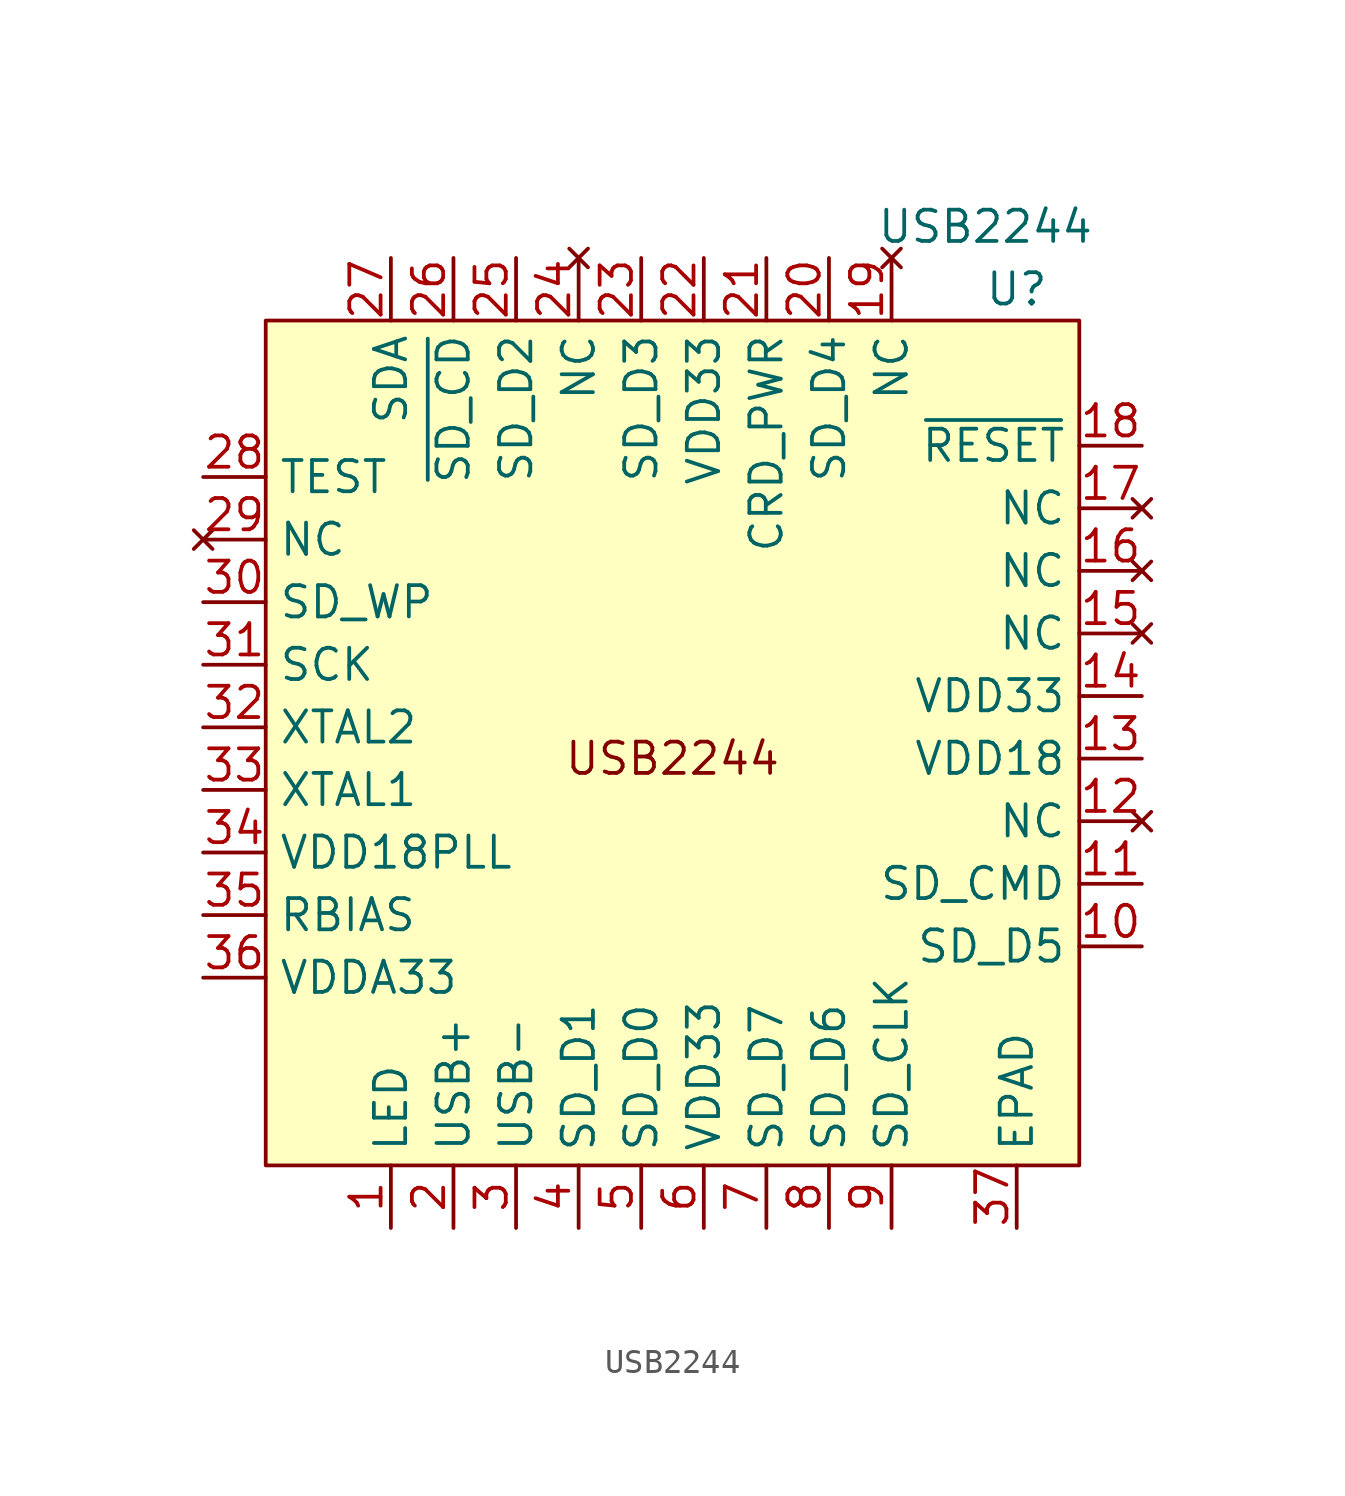
<source format=kicad_sym>
(kicad_symbol_lib
  (version 20220914)
  (generator kicad_symbol_editor)
  (symbol "USB2244"
    (property "Reference" "U"
      (at 13.97 17.78 0)
      (effects (font (size 1.27 1.27))))
    (property "Value" "USB2244"
      (at 12.7 20.32 0)
      (effects (font (size 1.27 1.27))))
    (symbol "USB2244_0_0"
      (pin output line (at -11.43 -20.32 90) (length 2.54) (name "LED" (effects (font (size 1.27 1.27)))) (number "1" (effects (font (size 1.27 1.27)))))
      (pin bidirectional line (at 19.05 -8.89 180) (length 2.54) (name "SD_D5" (effects (font (size 1.27 1.27)))) (number "10" (effects (font (size 1.27 1.27)))))
      (pin bidirectional line (at 19.05 -6.35 180) (length 2.54) (name "SD_CMD" (effects (font (size 1.27 1.27)))) (number "11" (effects (font (size 1.27 1.27)))))
      (pin no_connect line (at 19.05 -3.81 180) (length 2.54) (name "NC" (effects (font (size 1.27 1.27)))) (number "12" (effects (font (size 1.27 1.27)))))
      (pin power_out line (at 19.05 -1.27 180) (length 2.54) (name "VDD18" (effects (font (size 1.27 1.27)))) (number "13" (effects (font (size 1.27 1.27)))))
      (pin power_in line (at 19.05 1.27 180) (length 2.54) (name "VDD33" (effects (font (size 1.27 1.27)))) (number "14" (effects (font (size 1.27 1.27)))))
      (pin no_connect line (at 19.05 3.81 180) (length 2.54) (name "NC" (effects (font (size 1.27 1.27)))) (number "15" (effects (font (size 1.27 1.27)))))
      (pin no_connect line (at 19.05 6.35 180) (length 2.54) (name "NC" (effects (font (size 1.27 1.27)))) (number "16" (effects (font (size 1.27 1.27)))))
      (pin no_connect line (at 19.05 8.89 180) (length 2.54) (name "NC" (effects (font (size 1.27 1.27)))) (number "17" (effects (font (size 1.27 1.27)))))
      (pin input line (at 19.05 11.43 180) (length 2.54) (name "~{RESET}" (effects (font (size 1.27 1.27)))) (number "18" (effects (font (size 1.27 1.27)))))
      (pin no_connect line (at 8.89 19.05 270) (length 2.54) (name "NC" (effects (font (size 1.27 1.27)))) (number "19" (effects (font (size 1.27 1.27)))))
      (pin bidirectional line (at -8.89 -20.32 90) (length 2.54) (name "USB+" (effects (font (size 1.27 1.27)))) (number "2" (effects (font (size 1.27 1.27)))))
      (pin bidirectional line (at 6.35 19.05 270) (length 2.54) (name "SD_D4" (effects (font (size 1.27 1.27)))) (number "20" (effects (font (size 1.27 1.27)))))
      (pin power_out line (at 3.81 19.05 270) (length 2.54) (name "CRD_PWR" (effects (font (size 1.27 1.27)))) (number "21" (effects (font (size 1.27 1.27)))))
      (pin power_in line (at 1.27 19.05 270) (length 2.54) (name "VDD33" (effects (font (size 1.27 1.27)))) (number "22" (effects (font (size 1.27 1.27)))))
      (pin bidirectional line (at -1.27 19.05 270) (length 2.54) (name "SD_D3" (effects (font (size 1.27 1.27)))) (number "23" (effects (font (size 1.27 1.27)))))
      (pin no_connect line (at -3.81 19.05 270) (length 2.54) (name "NC" (effects (font (size 1.27 1.27)))) (number "24" (effects (font (size 1.27 1.27)))))
      (pin bidirectional line (at -6.35 19.05 270) (length 2.54) (name "SD_D2" (effects (font (size 1.27 1.27)))) (number "25" (effects (font (size 1.27 1.27)))))
      (pin input line (at -8.89 19.05 270) (length 2.54) (name "~{SD_CD}" (effects (font (size 1.27 1.27)))) (number "26" (effects (font (size 1.27 1.27)))))
      (pin bidirectional line (at -11.43 19.05 270) (length 2.54) (name "SDA" (effects (font (size 1.27 1.27)))) (number "27" (effects (font (size 1.27 1.27)))))
      (pin input line (at -19.05 10.16 0) (length 2.54) (name "TEST" (effects (font (size 1.27 1.27)))) (number "28" (effects (font (size 1.27 1.27)))))
      (pin no_connect line (at -19.05 7.62 0) (length 2.54) (name "NC" (effects (font (size 1.27 1.27)))) (number "29" (effects (font (size 1.27 1.27)))))
      (pin bidirectional line (at -6.35 -20.32 90) (length 2.54) (name "USB-" (effects (font (size 1.27 1.27)))) (number "3" (effects (font (size 1.27 1.27)))))
      (pin input line (at -19.05 5.08 0) (length 2.54) (name "SD_WP" (effects (font (size 1.27 1.27)))) (number "30" (effects (font (size 1.27 1.27)))))
      (pin output line (at -19.05 2.54 0) (length 2.54) (name "SCK" (effects (font (size 1.27 1.27)))) (number "31" (effects (font (size 1.27 1.27)))))
      (pin input line (at -19.05 0 0) (length 2.54) (name "XTAL2" (effects (font (size 1.27 1.27)))) (number "32" (effects (font (size 1.27 1.27)))))
      (pin input line (at -19.05 -2.54 0) (length 2.54) (name "XTAL1" (effects (font (size 1.27 1.27)))) (number "33" (effects (font (size 1.27 1.27)))))
      (pin power_out line (at -19.05 -5.08 0) (length 2.54) (name "VDD18PLL" (effects (font (size 1.27 1.27)))) (number "34" (effects (font (size 1.27 1.27)))))
      (pin unspecified line (at -19.05 -7.62 0) (length 2.54) (name "RBIAS" (effects (font (size 1.27 1.27)))) (number "35" (effects (font (size 1.27 1.27)))))
      (pin power_in line (at -19.05 -10.16 0) (length 2.54) (name "VDDA33" (effects (font (size 1.27 1.27)))) (number "36" (effects (font (size 1.27 1.27)))))
      (pin bidirectional line (at -3.81 -20.32 90) (length 2.54) (name "SD_D1" (effects (font (size 1.27 1.27)))) (number "4" (effects (font (size 1.27 1.27)))))
      (pin bidirectional line (at -1.27 -20.32 90) (length 2.54) (name "SD_D0" (effects (font (size 1.27 1.27)))) (number "5" (effects (font (size 1.27 1.27)))))
      (pin power_in line (at 1.27 -20.32 90) (length 2.54) (name "VDD33" (effects (font (size 1.27 1.27)))) (number "6" (effects (font (size 1.27 1.27)))))
      (pin bidirectional line (at 3.81 -20.32 90) (length 2.54) (name "SD_D7" (effects (font (size 1.27 1.27)))) (number "7" (effects (font (size 1.27 1.27)))))
      (pin bidirectional line (at 6.35 -20.32 90) (length 2.54) (name "SD_D6" (effects (font (size 1.27 1.27)))) (number "8" (effects (font (size 1.27 1.27)))))
      (pin bidirectional line (at 8.89 -20.32 90) (length 2.54) (name "SD_CLK" (effects (font (size 1.27 1.27)))) (number "9" (effects (font (size 1.27 1.27))))))
    (symbol "USB2244_1_1"
      (rectangle (start -16.51 16.51) (end 16.51 -17.78) (stroke (width 0) (type default)) (fill (type background)))
      (text "USB2244" (at 0 -1.27 0) (effects (font (size 1.27 1.27))))
      (pin power_in line (at 13.97 -20.32 90) (length 2.54) (name "EPAD" (effects (font (size 1.27 1.27)))) (number "37" (effects (font (size 1.27 1.27))))))))
</source>
